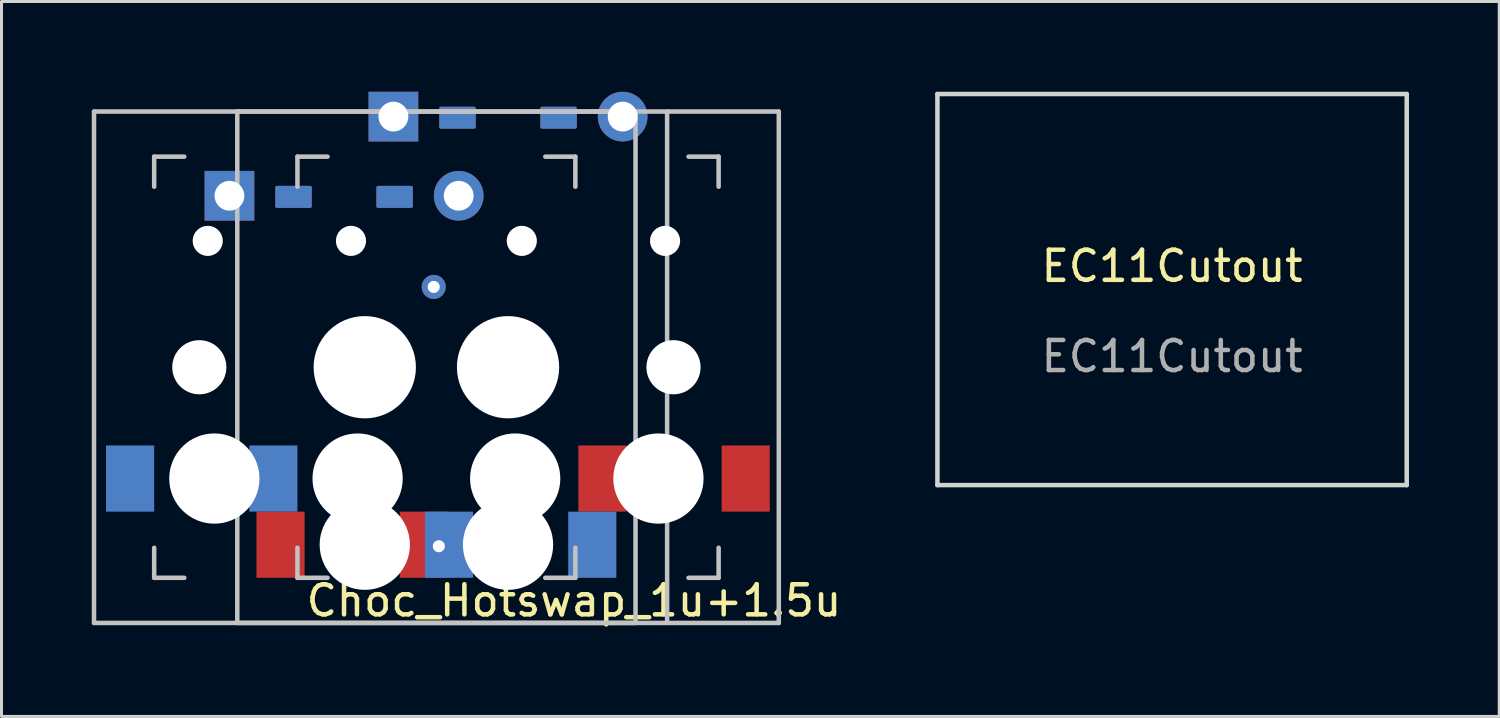
<source format=kicad_pcb>
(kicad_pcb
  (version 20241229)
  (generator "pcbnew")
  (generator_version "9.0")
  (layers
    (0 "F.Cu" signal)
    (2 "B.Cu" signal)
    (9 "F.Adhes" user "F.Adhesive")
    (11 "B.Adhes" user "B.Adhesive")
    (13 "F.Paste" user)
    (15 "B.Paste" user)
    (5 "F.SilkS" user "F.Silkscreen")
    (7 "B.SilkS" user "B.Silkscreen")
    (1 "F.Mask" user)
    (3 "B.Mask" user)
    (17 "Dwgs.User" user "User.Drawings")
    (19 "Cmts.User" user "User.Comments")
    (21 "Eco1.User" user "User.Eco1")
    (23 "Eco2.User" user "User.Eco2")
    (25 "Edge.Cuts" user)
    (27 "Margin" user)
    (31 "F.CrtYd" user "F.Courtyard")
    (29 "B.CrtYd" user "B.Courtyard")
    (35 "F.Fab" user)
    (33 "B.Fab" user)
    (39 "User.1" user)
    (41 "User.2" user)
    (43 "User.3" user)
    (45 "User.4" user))
  (footprint "Choc_Hotswap_1u+1.5u"
    (layer "F.Cu")
    (at 13.837 9.157)
    (property "Reference" "Choc_Hotswap_1u+1.5u" (at 2.192 7.759 0) (layer "F.SilkS") (effects (font (size 1 1) (thickness 0.15))))
    (attr through_hole)
    (fp_line (start -13.762 8.499) (end -13.762 -8.499) (stroke (width 0.15) (type solid)) (layer "Dwgs.User"))
    (fp_line (start -13.76 -8.5) (end 4.236 -8.5) (stroke (width 0.15) (type solid)) (layer "Dwgs.User"))
    (fp_line (start -11.762 -7) (end -10.762 -7) (stroke (width 0.15) (type solid)) (layer "Dwgs.User"))
    (fp_line (start -11.762 -6) (end -11.762 -7) (stroke (width 0.15) (type solid)) (layer "Dwgs.User"))
    (fp_line (start -11.762 7) (end -11.762 6) (stroke (width 0.15) (type solid)) (layer "Dwgs.User"))
    (fp_line (start -10.762 7) (end -11.762 7) (stroke (width 0.15) (type solid)) (layer "Dwgs.User"))
    (fp_line (start -9 8.499) (end -9 -8.499) (stroke (width 0.15) (type solid)) (layer "Dwgs.User"))
    (fp_line (start -8.998 -8.5) (end 8.998 -8.5) (stroke (width 0.15) (type solid)) (layer "Dwgs.User"))
    (fp_line (start -7 -7) (end -6 -7) (stroke (width 0.15) (type solid)) (layer "Dwgs.User"))
    (fp_line (start -7 -6) (end -7 -7) (stroke (width 0.15) (type solid)) (layer "Dwgs.User"))
    (fp_line (start -7 7) (end -7 6) (stroke (width 0.15) (type solid)) (layer "Dwgs.User"))
    (fp_line (start -6 7) (end -7 7) (stroke (width 0.15) (type solid)) (layer "Dwgs.User"))
    (fp_line (start 1.238 7) (end 2.238 7) (stroke (width 0.15) (type solid)) (layer "Dwgs.User"))
    (fp_line (start 2.238 -7) (end 1.238 -7) (stroke (width 0.15) (type solid)) (layer "Dwgs.User"))
    (fp_line (start 2.238 -6) (end 2.238 -7) (stroke (width 0.15) (type solid)) (layer "Dwgs.User"))
    (fp_line (start 2.238 7) (end 2.238 6) (stroke (width 0.15) (type solid)) (layer "Dwgs.User"))
    (fp_line (start 4.238 -8.498) (end 4.238 8.499) (stroke (width 0.15) (type solid)) (layer "Dwgs.User"))
    (fp_line (start 4.238 8.5) (end -13.762 8.5) (stroke (width 0.15) (type solid)) (layer "Dwgs.User"))
    (fp_line (start 5.288 8.499) (end 5.288 -8.499) (stroke (width 0.15) (type solid)) (layer "Dwgs.User"))
    (fp_line (start 6 7) (end 7 7) (stroke (width 0.15) (type solid)) (layer "Dwgs.User"))
    (fp_line (start 7 -7) (end 6 -7) (stroke (width 0.15) (type solid)) (layer "Dwgs.User"))
    (fp_line (start 7 -6) (end 7 -7) (stroke (width 0.15) (type solid)) (layer "Dwgs.User"))
    (fp_line (start 7 7) (end 7 6) (stroke (width 0.15) (type solid)) (layer "Dwgs.User"))
    (fp_line (start 9 -8.498) (end 9 8.499) (stroke (width 0.15) (type solid)) (layer "Dwgs.User"))
    (fp_line (start 9 8.5) (end -9 8.5) (stroke (width 0.15) (type solid)) (layer "Dwgs.User"))
    (pad "" np_thru_hole circle (at -10.262 0 90) (size 1.8 1.8) (drill 1.8) (layers "*.Cu" "*.Mask"))
    (pad "" np_thru_hole circle (at -9.982 -4.2 180) (size 1 1) (drill 1) (layers "*.Cu" "*.Mask"))
    (pad "" np_thru_hole circle (at -9.762 3.7 90) (size 3 3) (drill 3) (layers "*.Cu" "*.Mask"))
    (pad "" np_thru_hole circle (at -5.5 0 90) (size 1.8 1.8) (drill 1.8) (layers "*.Cu" "*.Mask"))
    (pad "" np_thru_hole circle (at -5.22 -4.2 180) (size 1 1) (drill 1) (layers "*.Cu" "*.Mask"))
    (pad "" np_thru_hole circle (at -5 3.7 90) (size 3 3) (drill 3) (layers "*.Cu" "*.Mask"))
    (pad "" np_thru_hole circle (at -4.762 0 90) (size 3.4 3.4) (drill 3.4) (layers "*.Cu" "*.Mask"))
    (pad "" np_thru_hole circle (at -4.762 5.9 90) (size 3 3) (drill 3) (layers "*.Cu" "*.Mask"))
    (pad "" np_thru_hole circle (at 0 0 90) (size 3.4 3.4) (drill 3.4) (layers "*.Cu" "*.Mask"))
    (pad "" np_thru_hole circle (at 0 5.9 90) (size 3 3) (drill 3) (layers "*.Cu" "*.Mask"))
    (pad "" np_thru_hole circle (at 0.238 3.7 270) (size 3 3) (drill 3) (layers "*.Cu" "*.Mask"))
    (pad "" np_thru_hole circle (at 0.458 -4.2 180) (size 1 1) (drill 1) (layers "*.Cu" "*.Mask"))
    (pad "" np_thru_hole circle (at 0.738 0 90) (size 1.8 1.8) (drill 1.8) (layers "*.Cu" "*.Mask"))
    (pad "" np_thru_hole circle (at 5 3.7 270) (size 3 3) (drill 3) (layers "*.Cu" "*.Mask"))
    (pad "" np_thru_hole circle (at 5.22 -4.2 180) (size 1 1) (drill 1) (layers "*.Cu" "*.Mask"))
    (pad "" np_thru_hole circle (at 5.5 0 90) (size 1.8 1.8) (drill 1.8) (layers "*.Cu" "*.Mask"))
    (pad "1" smd rect (at -12.562 3.7 180) (size 1.6 2.2) (layers "B.Cu" "B.Mask" "B.Paste"))
    (pad "1" smd rect (at -7.8 3.7 180) (size 1.6 2.2) (layers "B.Cu" "B.Mask" "B.Paste"))
    (pad "1" thru_hole circle (at -2.47 -2.67 180) (size 0.8 0.8) (drill 0.4) (layers "*.Cu" "*.Mask"))
    (pad "1" smd rect (at 3.138 3.7 180) (size 1.6 2.2) (layers "F.Cu" "F.Mask" "F.Paste"))
    (pad "1" smd rect (at 7.9 3.7 180) (size 1.6 2.2) (layers "F.Cu" "F.Mask" "F.Paste"))
    (pad "2" smd rect (at -7.562 5.9 180) (size 1.6 2.2) (layers "F.Cu" "F.Mask" "F.Paste"))
    (pad "2" smd rect (at -2.8 5.9 180) (size 1.6 2.2) (layers "F.Cu" "F.Mask" "F.Paste"))
    (pad "2" thru_hole circle (at -2.3 5.95 180) (size 0.8 0.8) (drill 0.4) (layers "*.Cu" "*.Mask"))
    (pad "2" smd rect (at -1.962 5.9 180) (size 1.6 2.2) (layers "B.Cu" "B.Mask" "B.Paste"))
    (pad "2" smd rect (at 2.8 5.9 180) (size 1.6 2.2) (layers "B.Cu" "B.Mask" "B.Paste"))
    (pad "3" smd roundrect (at -3.77 -5.663 180) (size 1.21 0.73) (layers "F.Cu" "F.Mask" "F.Paste") (roundrect_rratio 0.07))
    (pad "3" smd roundrect (at -3.77 -5.663 180) (size 1.21 0.73) (layers "B.Cu" "B.Mask" "B.Paste") (roundrect_rratio 0.07))
    (pad "3" thru_hole circle (at -1.64 -5.7 180) (size 1.651 1.651) (drill 0.991) (layers "*.Cu" "*.Mask"))
    (pad "3" smd roundrect (at 1.68 -8.294 180) (size 1.21 0.73) (layers "F.Cu" "F.Mask" "F.Paste") (roundrect_rratio 0.07))
    (pad "3" smd roundrect (at 1.68 -8.294 180) (size 1.21 0.73) (layers "B.Cu" "B.Mask" "B.Paste") (roundrect_rratio 0.07))
    (pad "3" thru_hole circle (at 3.81 -8.331 180) (size 1.651 1.651) (drill 0.991) (layers "*.Cu" "*.Mask"))
    (pad "4" thru_hole rect (at -9.26 -5.7 180) (size 1.651 1.651) (drill 0.991) (layers "*.Cu" "*.Mask"))
    (pad "4" smd roundrect (at -7.13 -5.663 180) (size 1.21 0.73) (layers "F.Cu" "F.Mask" "F.Paste") (roundrect_rratio 0.07))
    (pad "4" smd roundrect (at -7.13 -5.663 180) (size 1.21 0.73) (layers "B.Cu" "B.Mask" "B.Paste") (roundrect_rratio 0.07))
    (pad "4" thru_hole rect (at -3.81 -8.331 180) (size 1.651 1.651) (drill 0.991) (layers "*.Cu" "*.Mask"))
    (pad "4" smd roundrect (at -1.68 -8.294 180) (size 1.21 0.73) (layers "F.Cu" "F.Mask" "F.Paste") (roundrect_rratio 0.07))
    (pad "4" smd roundrect (at -1.68 -8.294 180) (size 1.21 0.73) (layers "B.Cu" "B.Mask" "B.Paste") (roundrect_rratio 0.07)))
  (footprint "EC11Cutout"
    (layer "F.Cu")
    (at 35.91 6.575)
    (property "Reference" "EC11Cutout" (at 0 -0.78 0) (unlocked yes) (layer "F.SilkS") (effects (font (size 1 1) (thickness 0.15))))
    (fp_line (start -7.8 -6.5) (end -7.8 6.5) (stroke (width 0.15) (type solid)) (layer "Edge.Cuts"))
    (fp_line (start -7.8 6.5) (end 7.8 6.5) (stroke (width 0.15) (type solid)) (layer "Edge.Cuts"))
    (fp_line (start 7.8 -6.5) (end -7.8 -6.5) (stroke (width 0.15) (type solid)) (layer "Edge.Cuts"))
    (fp_line (start 7.8 -6.5) (end 7.8 6.5) (stroke (width 0.15) (type solid)) (layer "Edge.Cuts"))
    (fp_text user "${REFERENCE}" (at 0 2.22 0) (unlocked yes) (layer "F.Fab") (effects (font (size 1 1) (thickness 0.15)))))
  (gr_rect
    (start -3 -3)
    (end 46.785 20.764)
    (stroke (width 0.1) (type default))
    (fill no)
    (layer "Edge.Cuts")))
</source>
